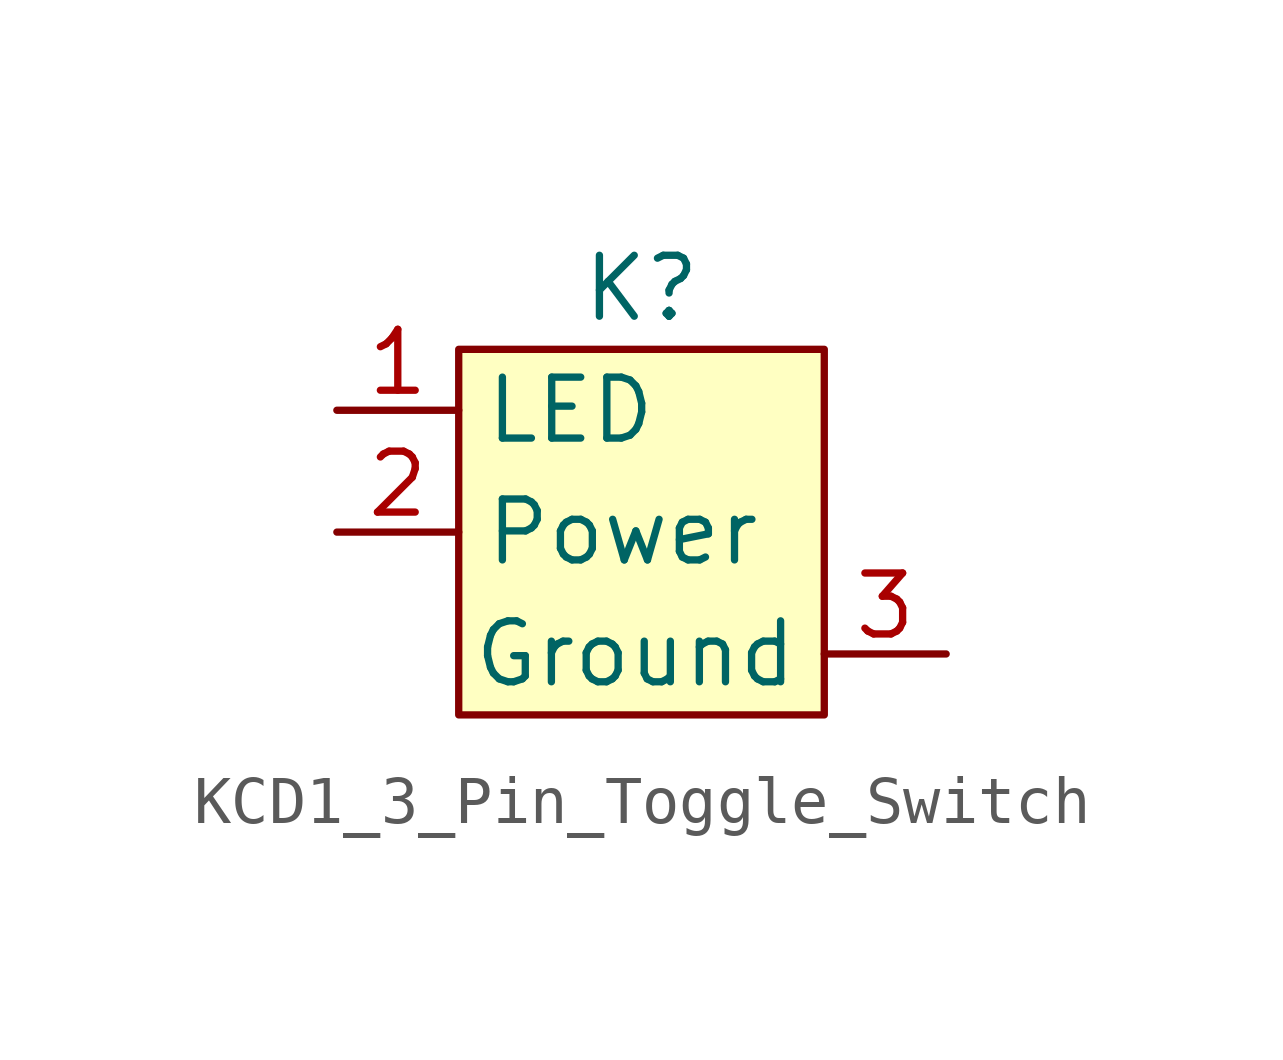
<source format=kicad_sym>
(kicad_symbol_lib
  (version 20220914)
  (generator kicad_symbol_editor)
  (symbol "KCD1_3_Pin_Toggle_Switch"
    (property "Reference" "K"
      (at 1.27 3.81 0)
      (effects (font (size 1.27 1.27))))
    (property "Value" ""
      (at 0 0 0)
      (effects (font (size 1.27 1.27))))
    (symbol "KCD1_3_Pin_Toggle_Switch_1_1"
      (rectangle (start -2.54 2.54) (end 5.08 -5.08) (stroke (width 0) (type default)) (fill (type background)))
      (pin bidirectional line (at -5.08 1.27 0) (length 2.54) (name "LED" (effects (font (size 1.27 1.27)))) (number "1" (effects (font (size 1.27 1.27)))))
      (pin power_in line (at -5.08 -1.27 0) (length 2.54) (name "Power" (effects (font (size 1.27 1.27)))) (number "2" (effects (font (size 1.27 1.27)))))
      (pin power_in line (at 7.62 -3.81 180) (length 2.54) (name "Ground" (effects (font (size 1.27 1.27)))) (number "3" (effects (font (size 1.27 1.27))))))))
</source>
